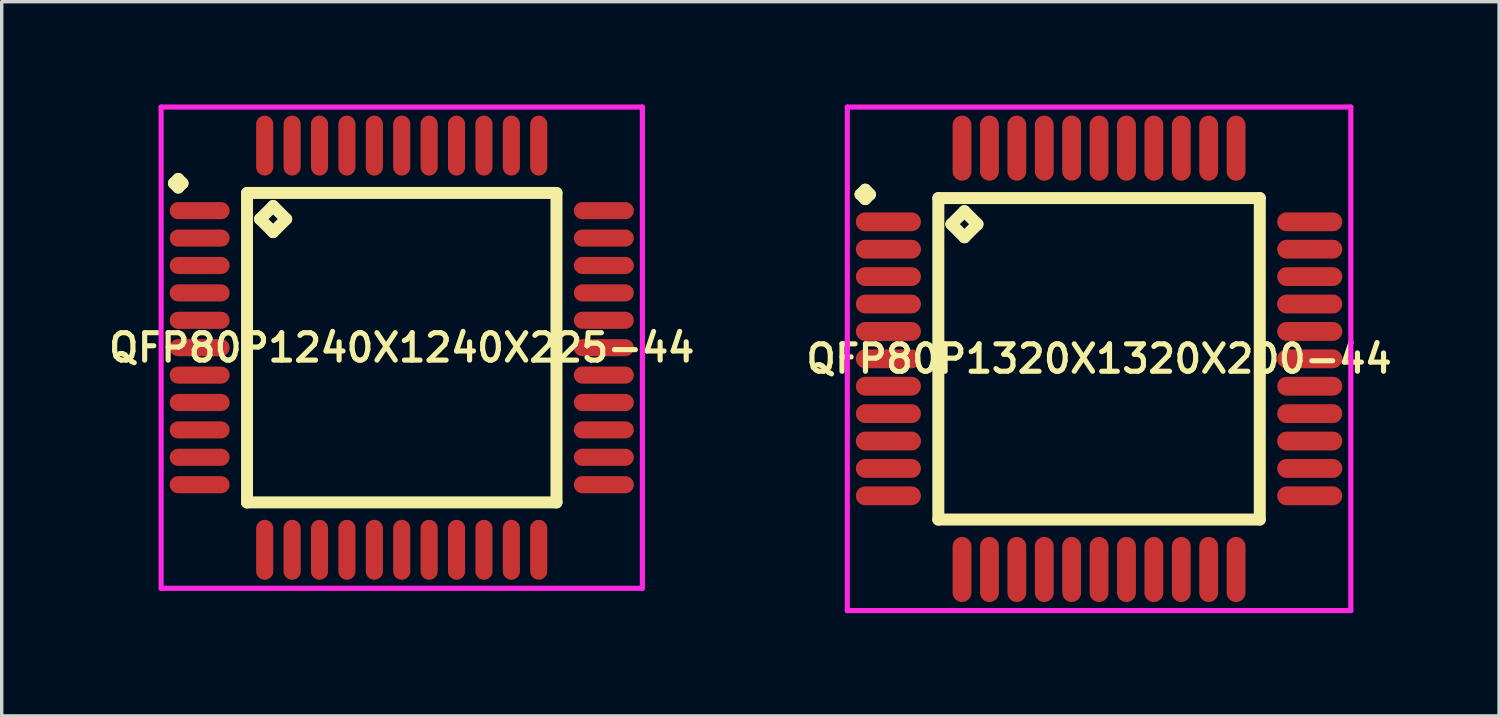
<source format=kicad_pcb>
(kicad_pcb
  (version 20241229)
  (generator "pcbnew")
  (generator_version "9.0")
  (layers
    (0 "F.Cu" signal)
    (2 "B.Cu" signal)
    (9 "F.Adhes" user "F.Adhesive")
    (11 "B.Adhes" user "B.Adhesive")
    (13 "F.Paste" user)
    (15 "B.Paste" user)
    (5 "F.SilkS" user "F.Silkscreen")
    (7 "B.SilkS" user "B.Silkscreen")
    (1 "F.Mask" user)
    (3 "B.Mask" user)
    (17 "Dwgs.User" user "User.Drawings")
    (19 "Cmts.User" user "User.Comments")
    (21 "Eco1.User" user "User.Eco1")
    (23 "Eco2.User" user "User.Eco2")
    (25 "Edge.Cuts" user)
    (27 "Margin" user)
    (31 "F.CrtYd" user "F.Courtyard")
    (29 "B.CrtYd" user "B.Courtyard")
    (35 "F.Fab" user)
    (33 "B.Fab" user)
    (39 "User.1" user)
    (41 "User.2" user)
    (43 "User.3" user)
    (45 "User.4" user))
  (footprint "QFP80P1320X1320X200-44"
    (layer "F.Cu")
    (at 29.035 7.425)
    (property "Reference" "QFP80P1320X1320X200-44" (at 0 0 0) (layer "F.SilkS") (effects (font (size 0.8 0.8) (thickness 0.15))))
    (attr smd)
    (fp_line (start -6.963 -4.8) (end -6.825 -4.938) (stroke (width 0.35) (type solid)) (layer "F.SilkS"))
    (fp_line (start -6.825 -4.938) (end -6.688 -4.8) (stroke (width 0.35) (type solid)) (layer "F.SilkS"))
    (fp_line (start -6.825 -4.662) (end -6.963 -4.8) (stroke (width 0.35) (type solid)) (layer "F.SilkS"))
    (fp_line (start -6.688 -4.8) (end -6.825 -4.662) (stroke (width 0.35) (type solid)) (layer "F.SilkS"))
    (fp_line (start -4.692 -4.692) (end -4.692 4.692) (stroke (width 0.35) (type solid)) (layer "F.SilkS"))
    (fp_line (start -4.692 4.692) (end 4.692 4.692) (stroke (width 0.35) (type solid)) (layer "F.SilkS"))
    (fp_line (start -4.311 -3.93) (end -3.93 -4.311) (stroke (width 0.35) (type solid)) (layer "F.SilkS"))
    (fp_line (start -3.93 -4.311) (end -3.549 -3.93) (stroke (width 0.35) (type solid)) (layer "F.SilkS"))
    (fp_line (start -3.93 -3.549) (end -4.311 -3.93) (stroke (width 0.35) (type solid)) (layer "F.SilkS"))
    (fp_line (start -3.549 -3.93) (end -3.93 -3.549) (stroke (width 0.35) (type solid)) (layer "F.SilkS"))
    (fp_line (start 4.692 -4.692) (end -4.692 -4.692) (stroke (width 0.35) (type solid)) (layer "F.SilkS"))
    (fp_line (start 4.692 4.692) (end 4.692 -4.692) (stroke (width 0.35) (type solid)) (layer "F.SilkS"))
    (fp_line (start -7.35 -7.35) (end 7.35 -7.35) (stroke (width 0.15) (type solid)) (layer "F.CrtYd"))
    (fp_line (start -7.35 7.35) (end -7.35 -7.35) (stroke (width 0.15) (type solid)) (layer "F.CrtYd"))
    (fp_line (start 7.35 -7.35) (end 7.35 7.35) (stroke (width 0.15) (type solid)) (layer "F.CrtYd"))
    (fp_line (start 7.35 7.35) (end -7.35 7.35) (stroke (width 0.15) (type solid)) (layer "F.CrtYd"))
    (pad "1" smd oval (at -6.15 -4) (size 1.9 0.55) (layers "F.Cu" "F.Mask" "F.Paste"))
    (pad "2" smd oval (at -6.15 -3.2) (size 1.9 0.55) (layers "F.Cu" "F.Mask" "F.Paste"))
    (pad "3" smd oval (at -6.15 -2.4) (size 1.9 0.55) (layers "F.Cu" "F.Mask" "F.Paste"))
    (pad "4" smd oval (at -6.15 -1.6) (size 1.9 0.55) (layers "F.Cu" "F.Mask" "F.Paste"))
    (pad "5" smd oval (at -6.15 -0.8) (size 1.9 0.55) (layers "F.Cu" "F.Mask" "F.Paste"))
    (pad "6" smd oval (at -6.15 0) (size 1.9 0.55) (layers "F.Cu" "F.Mask" "F.Paste"))
    (pad "7" smd oval (at -6.15 0.8) (size 1.9 0.55) (layers "F.Cu" "F.Mask" "F.Paste"))
    (pad "8" smd oval (at -6.15 1.6) (size 1.9 0.55) (layers "F.Cu" "F.Mask" "F.Paste"))
    (pad "9" smd oval (at -6.15 2.4) (size 1.9 0.55) (layers "F.Cu" "F.Mask" "F.Paste"))
    (pad "10" smd oval (at -6.15 3.2) (size 1.9 0.55) (layers "F.Cu" "F.Mask" "F.Paste"))
    (pad "11" smd oval (at -6.15 4) (size 1.9 0.55) (layers "F.Cu" "F.Mask" "F.Paste"))
    (pad "12" smd oval (at -4 6.15) (size 0.55 1.9) (layers "F.Cu" "F.Mask" "F.Paste"))
    (pad "13" smd oval (at -3.2 6.15) (size 0.55 1.9) (layers "F.Cu" "F.Mask" "F.Paste"))
    (pad "14" smd oval (at -2.4 6.15) (size 0.55 1.9) (layers "F.Cu" "F.Mask" "F.Paste"))
    (pad "15" smd oval (at -1.6 6.15) (size 0.55 1.9) (layers "F.Cu" "F.Mask" "F.Paste"))
    (pad "16" smd oval (at -0.8 6.15) (size 0.55 1.9) (layers "F.Cu" "F.Mask" "F.Paste"))
    (pad "17" smd oval (at 0 6.15) (size 0.55 1.9) (layers "F.Cu" "F.Mask" "F.Paste"))
    (pad "18" smd oval (at 0.8 6.15) (size 0.55 1.9) (layers "F.Cu" "F.Mask" "F.Paste"))
    (pad "19" smd oval (at 1.6 6.15) (size 0.55 1.9) (layers "F.Cu" "F.Mask" "F.Paste"))
    (pad "20" smd oval (at 2.4 6.15) (size 0.55 1.9) (layers "F.Cu" "F.Mask" "F.Paste"))
    (pad "21" smd oval (at 3.2 6.15) (size 0.55 1.9) (layers "F.Cu" "F.Mask" "F.Paste"))
    (pad "22" smd oval (at 4 6.15) (size 0.55 1.9) (layers "F.Cu" "F.Mask" "F.Paste"))
    (pad "23" smd oval (at 6.15 4) (size 1.9 0.55) (layers "F.Cu" "F.Mask" "F.Paste"))
    (pad "24" smd oval (at 6.15 3.2) (size 1.9 0.55) (layers "F.Cu" "F.Mask" "F.Paste"))
    (pad "25" smd oval (at 6.15 2.4) (size 1.9 0.55) (layers "F.Cu" "F.Mask" "F.Paste"))
    (pad "26" smd oval (at 6.15 1.6) (size 1.9 0.55) (layers "F.Cu" "F.Mask" "F.Paste"))
    (pad "27" smd oval (at 6.15 0.8) (size 1.9 0.55) (layers "F.Cu" "F.Mask" "F.Paste"))
    (pad "28" smd oval (at 6.15 0) (size 1.9 0.55) (layers "F.Cu" "F.Mask" "F.Paste"))
    (pad "29" smd oval (at 6.15 -0.8) (size 1.9 0.55) (layers "F.Cu" "F.Mask" "F.Paste"))
    (pad "30" smd oval (at 6.15 -1.6) (size 1.9 0.55) (layers "F.Cu" "F.Mask" "F.Paste"))
    (pad "31" smd oval (at 6.15 -2.4) (size 1.9 0.55) (layers "F.Cu" "F.Mask" "F.Paste"))
    (pad "32" smd oval (at 6.15 -3.2) (size 1.9 0.55) (layers "F.Cu" "F.Mask" "F.Paste"))
    (pad "33" smd oval (at 6.15 -4) (size 1.9 0.55) (layers "F.Cu" "F.Mask" "F.Paste"))
    (pad "34" smd oval (at 4 -6.15) (size 0.55 1.9) (layers "F.Cu" "F.Mask" "F.Paste"))
    (pad "35" smd oval (at 3.2 -6.15) (size 0.55 1.9) (layers "F.Cu" "F.Mask" "F.Paste"))
    (pad "36" smd oval (at 2.4 -6.15) (size 0.55 1.9) (layers "F.Cu" "F.Mask" "F.Paste"))
    (pad "37" smd oval (at 1.6 -6.15) (size 0.55 1.9) (layers "F.Cu" "F.Mask" "F.Paste"))
    (pad "38" smd oval (at 0.8 -6.15) (size 0.55 1.9) (layers "F.Cu" "F.Mask" "F.Paste"))
    (pad "39" smd oval (at 0 -6.15) (size 0.55 1.9) (layers "F.Cu" "F.Mask" "F.Paste"))
    (pad "40" smd oval (at -0.8 -6.15) (size 0.55 1.9) (layers "F.Cu" "F.Mask" "F.Paste"))
    (pad "41" smd oval (at -1.6 -6.15) (size 0.55 1.9) (layers "F.Cu" "F.Mask" "F.Paste"))
    (pad "42" smd oval (at -2.4 -6.15) (size 0.55 1.9) (layers "F.Cu" "F.Mask" "F.Paste"))
    (pad "43" smd oval (at -3.2 -6.15) (size 0.55 1.9) (layers "F.Cu" "F.Mask" "F.Paste"))
    (pad "44" smd oval (at -4 -6.15) (size 0.55 1.9) (layers "F.Cu" "F.Mask" "F.Paste")))
  (footprint "QFP80P1240X1240X225-44"
    (layer "F.Cu")
    (at 8.678 7.1)
    (property "Reference" "QFP80P1240X1240X225-44" (at 0 0 0) (layer "F.SilkS") (effects (font (size 0.8 0.8) (thickness 0.15))))
    (attr smd)
    (fp_line (start -6.65 -4.8) (end -6.525 -4.925) (stroke (width 0.35) (type solid)) (layer "F.SilkS"))
    (fp_line (start -6.525 -4.925) (end -6.4 -4.8) (stroke (width 0.35) (type solid)) (layer "F.SilkS"))
    (fp_line (start -6.525 -4.675) (end -6.65 -4.8) (stroke (width 0.35) (type solid)) (layer "F.SilkS"))
    (fp_line (start -6.4 -4.8) (end -6.525 -4.675) (stroke (width 0.35) (type solid)) (layer "F.SilkS"))
    (fp_line (start -4.517 -4.517) (end -4.517 4.517) (stroke (width 0.35) (type solid)) (layer "F.SilkS"))
    (fp_line (start -4.517 4.517) (end 4.517 4.517) (stroke (width 0.35) (type solid)) (layer "F.SilkS"))
    (fp_line (start -4.136 -3.755) (end -3.755 -4.136) (stroke (width 0.35) (type solid)) (layer "F.SilkS"))
    (fp_line (start -3.755 -4.136) (end -3.374 -3.755) (stroke (width 0.35) (type solid)) (layer "F.SilkS"))
    (fp_line (start -3.755 -3.374) (end -4.136 -3.755) (stroke (width 0.35) (type solid)) (layer "F.SilkS"))
    (fp_line (start -3.374 -3.755) (end -3.755 -3.374) (stroke (width 0.35) (type solid)) (layer "F.SilkS"))
    (fp_line (start 4.517 -4.517) (end -4.517 -4.517) (stroke (width 0.35) (type solid)) (layer "F.SilkS"))
    (fp_line (start 4.517 4.517) (end 4.517 -4.517) (stroke (width 0.35) (type solid)) (layer "F.SilkS"))
    (fp_line (start -7.025 -7.025) (end 7.025 -7.025) (stroke (width 0.15) (type solid)) (layer "F.CrtYd"))
    (fp_line (start -7.025 7.025) (end -7.025 -7.025) (stroke (width 0.15) (type solid)) (layer "F.CrtYd"))
    (fp_line (start 7.025 -7.025) (end 7.025 7.025) (stroke (width 0.15) (type solid)) (layer "F.CrtYd"))
    (fp_line (start 7.025 7.025) (end -7.025 7.025) (stroke (width 0.15) (type solid)) (layer "F.CrtYd"))
    (pad "1" smd oval (at -5.9 -4) (size 1.75 0.5) (layers "F.Cu" "F.Mask" "F.Paste"))
    (pad "2" smd oval (at -5.9 -3.2) (size 1.75 0.5) (layers "F.Cu" "F.Mask" "F.Paste"))
    (pad "3" smd oval (at -5.9 -2.4) (size 1.75 0.5) (layers "F.Cu" "F.Mask" "F.Paste"))
    (pad "4" smd oval (at -5.9 -1.6) (size 1.75 0.5) (layers "F.Cu" "F.Mask" "F.Paste"))
    (pad "5" smd oval (at -5.9 -0.8) (size 1.75 0.5) (layers "F.Cu" "F.Mask" "F.Paste"))
    (pad "6" smd oval (at -5.9 0) (size 1.75 0.5) (layers "F.Cu" "F.Mask" "F.Paste"))
    (pad "7" smd oval (at -5.9 0.8) (size 1.75 0.5) (layers "F.Cu" "F.Mask" "F.Paste"))
    (pad "8" smd oval (at -5.9 1.6) (size 1.75 0.5) (layers "F.Cu" "F.Mask" "F.Paste"))
    (pad "9" smd oval (at -5.9 2.4) (size 1.75 0.5) (layers "F.Cu" "F.Mask" "F.Paste"))
    (pad "10" smd oval (at -5.9 3.2) (size 1.75 0.5) (layers "F.Cu" "F.Mask" "F.Paste"))
    (pad "11" smd oval (at -5.9 4) (size 1.75 0.5) (layers "F.Cu" "F.Mask" "F.Paste"))
    (pad "12" smd oval (at -4 5.9) (size 0.5 1.75) (layers "F.Cu" "F.Mask" "F.Paste"))
    (pad "13" smd oval (at -3.2 5.9) (size 0.5 1.75) (layers "F.Cu" "F.Mask" "F.Paste"))
    (pad "14" smd oval (at -2.4 5.9) (size 0.5 1.75) (layers "F.Cu" "F.Mask" "F.Paste"))
    (pad "15" smd oval (at -1.6 5.9) (size 0.5 1.75) (layers "F.Cu" "F.Mask" "F.Paste"))
    (pad "16" smd oval (at -0.8 5.9) (size 0.5 1.75) (layers "F.Cu" "F.Mask" "F.Paste"))
    (pad "17" smd oval (at 0 5.9) (size 0.5 1.75) (layers "F.Cu" "F.Mask" "F.Paste"))
    (pad "18" smd oval (at 0.8 5.9) (size 0.5 1.75) (layers "F.Cu" "F.Mask" "F.Paste"))
    (pad "19" smd oval (at 1.6 5.9) (size 0.5 1.75) (layers "F.Cu" "F.Mask" "F.Paste"))
    (pad "20" smd oval (at 2.4 5.9) (size 0.5 1.75) (layers "F.Cu" "F.Mask" "F.Paste"))
    (pad "21" smd oval (at 3.2 5.9) (size 0.5 1.75) (layers "F.Cu" "F.Mask" "F.Paste"))
    (pad "22" smd oval (at 4 5.9) (size 0.5 1.75) (layers "F.Cu" "F.Mask" "F.Paste"))
    (pad "23" smd oval (at 5.9 4) (size 1.75 0.5) (layers "F.Cu" "F.Mask" "F.Paste"))
    (pad "24" smd oval (at 5.9 3.2) (size 1.75 0.5) (layers "F.Cu" "F.Mask" "F.Paste"))
    (pad "25" smd oval (at 5.9 2.4) (size 1.75 0.5) (layers "F.Cu" "F.Mask" "F.Paste"))
    (pad "26" smd oval (at 5.9 1.6) (size 1.75 0.5) (layers "F.Cu" "F.Mask" "F.Paste"))
    (pad "27" smd oval (at 5.9 0.8) (size 1.75 0.5) (layers "F.Cu" "F.Mask" "F.Paste"))
    (pad "28" smd oval (at 5.9 0) (size 1.75 0.5) (layers "F.Cu" "F.Mask" "F.Paste"))
    (pad "29" smd oval (at 5.9 -0.8) (size 1.75 0.5) (layers "F.Cu" "F.Mask" "F.Paste"))
    (pad "30" smd oval (at 5.9 -1.6) (size 1.75 0.5) (layers "F.Cu" "F.Mask" "F.Paste"))
    (pad "31" smd oval (at 5.9 -2.4) (size 1.75 0.5) (layers "F.Cu" "F.Mask" "F.Paste"))
    (pad "32" smd oval (at 5.9 -3.2) (size 1.75 0.5) (layers "F.Cu" "F.Mask" "F.Paste"))
    (pad "33" smd oval (at 5.9 -4) (size 1.75 0.5) (layers "F.Cu" "F.Mask" "F.Paste"))
    (pad "34" smd oval (at 4 -5.9) (size 0.5 1.75) (layers "F.Cu" "F.Mask" "F.Paste"))
    (pad "35" smd oval (at 3.2 -5.9) (size 0.5 1.75) (layers "F.Cu" "F.Mask" "F.Paste"))
    (pad "36" smd oval (at 2.4 -5.9) (size 0.5 1.75) (layers "F.Cu" "F.Mask" "F.Paste"))
    (pad "37" smd oval (at 1.6 -5.9) (size 0.5 1.75) (layers "F.Cu" "F.Mask" "F.Paste"))
    (pad "38" smd oval (at 0.8 -5.9) (size 0.5 1.75) (layers "F.Cu" "F.Mask" "F.Paste"))
    (pad "39" smd oval (at 0 -5.9) (size 0.5 1.75) (layers "F.Cu" "F.Mask" "F.Paste"))
    (pad "40" smd oval (at -0.8 -5.9) (size 0.5 1.75) (layers "F.Cu" "F.Mask" "F.Paste"))
    (pad "41" smd oval (at -1.6 -5.9) (size 0.5 1.75) (layers "F.Cu" "F.Mask" "F.Paste"))
    (pad "42" smd oval (at -2.4 -5.9) (size 0.5 1.75) (layers "F.Cu" "F.Mask" "F.Paste"))
    (pad "43" smd oval (at -3.2 -5.9) (size 0.5 1.75) (layers "F.Cu" "F.Mask" "F.Paste"))
    (pad "44" smd oval (at -4 -5.9) (size 0.5 1.75) (layers "F.Cu" "F.Mask" "F.Paste")))
  (gr_rect
    (start -3 -3)
    (end 40.713 17.85)
    (stroke (width 0.1) (type default))
    (fill no)
    (layer "Edge.Cuts")))
</source>
